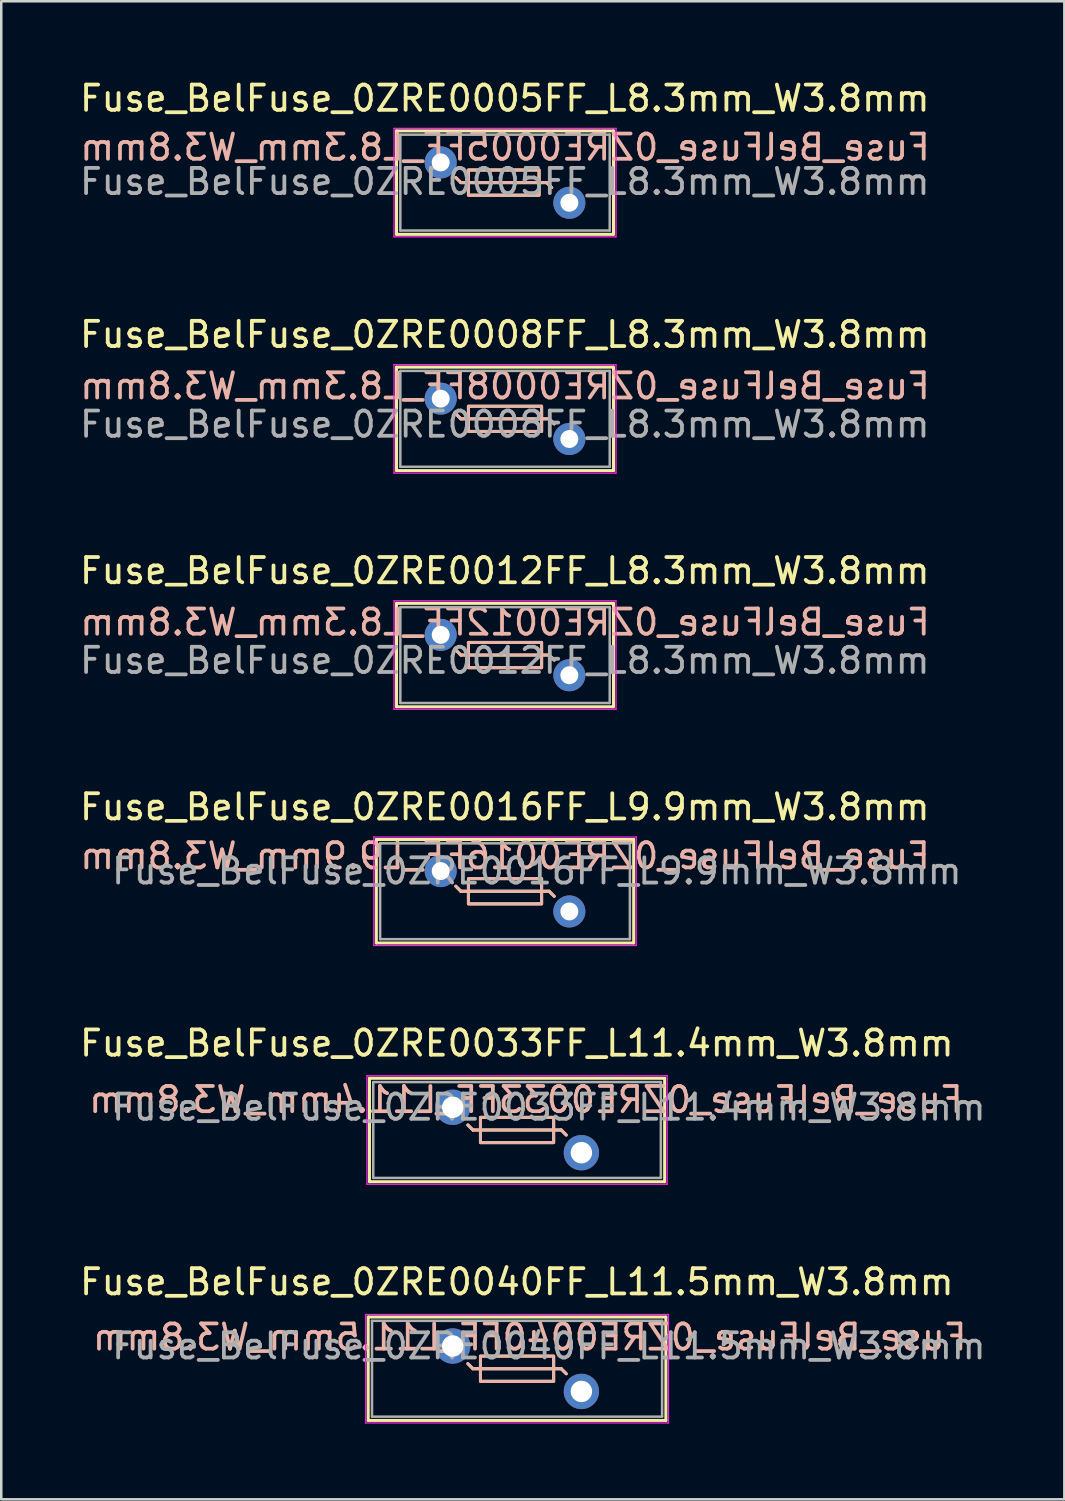
<source format=kicad_pcb>
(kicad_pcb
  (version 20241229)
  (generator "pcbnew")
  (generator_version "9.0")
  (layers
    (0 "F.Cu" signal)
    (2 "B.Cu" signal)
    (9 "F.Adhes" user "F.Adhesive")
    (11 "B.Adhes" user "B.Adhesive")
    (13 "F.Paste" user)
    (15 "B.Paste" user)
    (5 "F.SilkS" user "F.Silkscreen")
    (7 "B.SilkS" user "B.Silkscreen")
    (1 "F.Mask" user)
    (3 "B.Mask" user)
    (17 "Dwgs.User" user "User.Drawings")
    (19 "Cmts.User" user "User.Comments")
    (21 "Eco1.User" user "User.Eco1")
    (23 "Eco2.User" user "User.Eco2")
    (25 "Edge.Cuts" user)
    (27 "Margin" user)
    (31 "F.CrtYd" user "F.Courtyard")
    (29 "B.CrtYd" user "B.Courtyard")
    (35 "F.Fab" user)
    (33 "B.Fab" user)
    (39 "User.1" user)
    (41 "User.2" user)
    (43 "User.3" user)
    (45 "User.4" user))
  (footprint "Fuse_BelFuse_0ZRE0005FF_L8.3mm_W3.8mm"
    (layer "F.Cu")
    (at 14.418 3.388)
    (property "Reference" "Fuse_BelFuse_0ZRE0005FF_L8.3mm_W3.8mm" (at 2.54 -2.54 0) (layer "F.SilkS") (effects (font (size 1 1) (thickness 0.15))))
    (fp_line (start -1.75 -1.25) (end -1.75 2.85) (stroke (width 0.12) (type solid)) (layer "F.SilkS"))
    (fp_line (start -1.75 -1.25) (end 6.85 -1.25) (stroke (width 0.12) (type solid)) (layer "F.SilkS"))
    (fp_line (start -1.75 2.85) (end 6.85 2.85) (stroke (width 0.12) (type solid)) (layer "F.SilkS"))
    (fp_line (start 0.8 0.8) (end 0.6 0.6) (stroke (width 0.12) (type solid)) (layer "F.SilkS"))
    (fp_line (start 0.8 0.8) (end 4.2 0.8) (stroke (width 0.12) (type solid)) (layer "F.SilkS"))
    (fp_line (start 4.2 0.8) (end 4.4 1) (stroke (width 0.12) (type solid)) (layer "F.SilkS"))
    (fp_line (start 6.85 -1.25) (end 6.85 2.85) (stroke (width 0.12) (type solid)) (layer "F.SilkS"))
    (fp_rect (start 1.1 0.3) (end 3.9 1.3) (stroke (width 0.12) (type solid)) (fill no) (layer "F.SilkS"))
    (fp_line (start 0.6 0.6) (end 0.8 0.8) (stroke (width 0.12) (type solid)) (layer "B.SilkS"))
    (fp_line (start 0.8 0.8) (end 4.2 0.8) (stroke (width 0.12) (type solid)) (layer "B.SilkS"))
    (fp_line (start 4.2 0.8) (end 4.4 1) (stroke (width 0.12) (type solid)) (layer "B.SilkS"))
    (fp_rect (start 1.1 0.3) (end 3.9 1.3) (stroke (width 0.12) (type solid)) (fill no) (layer "B.SilkS"))
    (fp_line (start -1.85 -1.35) (end -1.85 2.95) (stroke (width 0.05) (type solid)) (layer "F.CrtYd"))
    (fp_line (start -1.85 -1.35) (end 6.95 -1.35) (stroke (width 0.05) (type solid)) (layer "F.CrtYd"))
    (fp_line (start -1.85 2.95) (end 6.95 2.95) (stroke (width 0.05) (type solid)) (layer "F.CrtYd"))
    (fp_line (start 6.95 -1.35) (end 6.95 2.95) (stroke (width 0.05) (type solid)) (layer "F.CrtYd"))
    (fp_line (start -1.6 -1.1) (end -1.6 2.7) (stroke (width 0.1) (type solid)) (layer "F.Fab"))
    (fp_line (start -1.6 -1.1) (end 6.7 -1.1) (stroke (width 0.1) (type solid)) (layer "F.Fab"))
    (fp_line (start -1.6 2.7) (end 6.7 2.7) (stroke (width 0.1) (type solid)) (layer "F.Fab"))
    (fp_line (start 6.7 -1.1) (end 6.7 2.7) (stroke (width 0.1) (type solid)) (layer "F.Fab"))
    (fp_text user "${REFERENCE}" (at 2.55 -0.6 0) (layer "B.SilkS") (effects (font (size 1 1) (thickness 0.15)) (justify mirror)))
    (fp_text user "${REFERENCE}" (at 2.54 0.762 0) (layer "F.Fab") (effects (font (size 1 1) (thickness 0.15))))
    (pad "1" thru_hole circle (at 0 0) (size 1.27 1.27) (drill 0.71) (layers "*.Cu" "*.Mask"))
    (pad "2" thru_hole circle (at 5.1 1.6) (size 1.27 1.27) (drill 0.71) (layers "*.Cu" "*.Mask")))
  (footprint "Fuse_BelFuse_0ZRE0040FF_L11.5mm_W3.8mm"
    (layer "F.Cu")
    (at 14.895 50.304)
    (property "Reference" "Fuse_BelFuse_0ZRE0040FF_L11.5mm_W3.8mm" (at 2.54 -2.54 0) (layer "F.SilkS") (effects (font (size 1 1) (thickness 0.15))))
    (fp_line (start -3.35 -1.15) (end -3.35 2.95) (stroke (width 0.12) (type solid)) (layer "F.SilkS"))
    (fp_line (start -3.35 -1.15) (end 8.45 -1.15) (stroke (width 0.12) (type solid)) (layer "F.SilkS"))
    (fp_line (start -3.35 2.95) (end 8.45 2.95) (stroke (width 0.12) (type solid)) (layer "F.SilkS"))
    (fp_line (start 0.8 0.9) (end 0.6 0.7) (stroke (width 0.12) (type solid)) (layer "F.SilkS"))
    (fp_line (start 0.8 0.9) (end 4.3 0.9) (stroke (width 0.12) (type solid)) (layer "F.SilkS"))
    (fp_line (start 4.3 0.9) (end 4.5 1.1) (stroke (width 0.12) (type solid)) (layer "F.SilkS"))
    (fp_line (start 8.45 -1.15) (end 8.45 2.95) (stroke (width 0.12) (type solid)) (layer "F.SilkS"))
    (fp_rect (start 1.1 0.4) (end 4 1.4) (stroke (width 0.12) (type solid)) (fill no) (layer "F.SilkS"))
    (fp_line (start 0.6 0.7) (end 0.8 0.9) (stroke (width 0.12) (type solid)) (layer "B.SilkS"))
    (fp_line (start 0.8 0.9) (end 4.3 0.9) (stroke (width 0.12) (type solid)) (layer "B.SilkS"))
    (fp_line (start 4.3 0.9) (end 4.5 1.1) (stroke (width 0.12) (type solid)) (layer "B.SilkS"))
    (fp_rect (start 1.1 0.4) (end 4 1.4) (stroke (width 0.12) (type solid)) (fill no) (layer "B.SilkS"))
    (fp_line (start -3.45 -1.25) (end -3.45 3.05) (stroke (width 0.05) (type solid)) (layer "F.CrtYd"))
    (fp_line (start -3.45 -1.25) (end 8.55 -1.25) (stroke (width 0.05) (type solid)) (layer "F.CrtYd"))
    (fp_line (start -3.45 3.05) (end 8.55 3.05) (stroke (width 0.05) (type solid)) (layer "F.CrtYd"))
    (fp_line (start 8.55 -1.25) (end 8.55 3.05) (stroke (width 0.05) (type solid)) (layer "F.CrtYd"))
    (fp_line (start -3.2 -1) (end -3.2 2.8) (stroke (width 0.1) (type solid)) (layer "F.Fab"))
    (fp_line (start -3.2 -1) (end 8.3 -1) (stroke (width 0.1) (type solid)) (layer "F.Fab"))
    (fp_line (start -3.2 2.8) (end 8.3 2.8) (stroke (width 0.1) (type solid)) (layer "F.Fab"))
    (fp_line (start 8.3 -1) (end 8.3 2.8) (stroke (width 0.1) (type solid)) (layer "F.Fab"))
    (fp_text user "${REFERENCE}" (at 3.05 -0.35 0) (layer "B.SilkS") (effects (font (size 1 1) (thickness 0.15)) (justify mirror)))
    (fp_text user "${REFERENCE}" (at 3.81 0 0) (layer "F.Fab") (effects (font (size 1 1) (thickness 0.15))))
    (pad "1" thru_hole circle (at 0 0) (size 1.4 1.4) (drill 0.85) (layers "*.Cu" "*.Mask"))
    (pad "2" thru_hole circle (at 5.1 1.8) (size 1.4 1.4) (drill 0.85) (layers "*.Cu" "*.Mask")))
  (footprint "Fuse_BelFuse_0ZRE0033FF_L11.4mm_W3.8mm"
    (layer "F.Cu")
    (at 14.895 40.841)
    (property "Reference" "Fuse_BelFuse_0ZRE0033FF_L11.4mm_W3.8mm" (at 2.54 -2.54 0) (layer "F.SilkS") (effects (font (size 1 1) (thickness 0.15))))
    (fp_line (start -3.3 -1.15) (end -3.3 2.95) (stroke (width 0.12) (type solid)) (layer "F.SilkS"))
    (fp_line (start -3.3 -1.15) (end 8.4 -1.15) (stroke (width 0.12) (type solid)) (layer "F.SilkS"))
    (fp_line (start -3.3 2.95) (end 8.4 2.95) (stroke (width 0.12) (type solid)) (layer "F.SilkS"))
    (fp_line (start 0.8 0.9) (end 0.6 0.7) (stroke (width 0.12) (type solid)) (layer "F.SilkS"))
    (fp_line (start 0.8 0.9) (end 4.3 0.9) (stroke (width 0.12) (type solid)) (layer "F.SilkS"))
    (fp_line (start 4.3 0.9) (end 4.5 1.1) (stroke (width 0.12) (type solid)) (layer "F.SilkS"))
    (fp_line (start 8.4 -1.15) (end 8.4 2.95) (stroke (width 0.12) (type solid)) (layer "F.SilkS"))
    (fp_rect (start 1.1 0.4) (end 4 1.4) (stroke (width 0.12) (type solid)) (fill no) (layer "F.SilkS"))
    (fp_line (start 0.6 0.7) (end 0.8 0.9) (stroke (width 0.12) (type solid)) (layer "B.SilkS"))
    (fp_line (start 0.8 0.9) (end 4.3 0.9) (stroke (width 0.12) (type solid)) (layer "B.SilkS"))
    (fp_line (start 4.3 0.9) (end 4.5 1.1) (stroke (width 0.12) (type solid)) (layer "B.SilkS"))
    (fp_rect (start 1.1 0.4) (end 4 1.4) (stroke (width 0.12) (type solid)) (fill no) (layer "B.SilkS"))
    (fp_line (start -3.4 -1.25) (end -3.4 3.05) (stroke (width 0.05) (type solid)) (layer "F.CrtYd"))
    (fp_line (start -3.4 -1.25) (end 8.5 -1.25) (stroke (width 0.05) (type solid)) (layer "F.CrtYd"))
    (fp_line (start -3.4 3.05) (end 8.5 3.05) (stroke (width 0.05) (type solid)) (layer "F.CrtYd"))
    (fp_line (start 8.5 -1.25) (end 8.5 3.05) (stroke (width 0.05) (type solid)) (layer "F.CrtYd"))
    (fp_line (start -3.15 -1) (end -3.15 2.8) (stroke (width 0.1) (type solid)) (layer "F.Fab"))
    (fp_line (start -3.15 -1) (end 8.25 -1) (stroke (width 0.1) (type solid)) (layer "F.Fab"))
    (fp_line (start -3.15 2.8) (end 8.25 2.8) (stroke (width 0.1) (type solid)) (layer "F.Fab"))
    (fp_line (start 8.25 -1) (end 8.25 2.8) (stroke (width 0.1) (type solid)) (layer "F.Fab"))
    (fp_text user "${REFERENCE}" (at 2.9 -0.3 0) (layer "B.SilkS") (effects (font (size 1 1) (thickness 0.15)) (justify mirror)))
    (fp_text user "${REFERENCE}" (at 3.81 0 0) (layer "F.Fab") (effects (font (size 1 1) (thickness 0.15))))
    (pad "1" thru_hole circle (at 0 0) (size 1.4 1.4) (drill 0.85) (layers "*.Cu" "*.Mask"))
    (pad "2" thru_hole circle (at 5.1 1.8) (size 1.4 1.4) (drill 0.85) (layers "*.Cu" "*.Mask")))
  (footprint "Fuse_BelFuse_0ZRE0012FF_L8.3mm_W3.8mm"
    (layer "F.Cu")
    (at 14.418 22.115)
    (property "Reference" "Fuse_BelFuse_0ZRE0012FF_L8.3mm_W3.8mm" (at 2.54 -2.54 0) (layer "F.SilkS") (effects (font (size 1 1) (thickness 0.15))))
    (fp_line (start -1.75 -1.25) (end -1.75 2.85) (stroke (width 0.12) (type solid)) (layer "F.SilkS"))
    (fp_line (start -1.75 -1.25) (end 6.85 -1.25) (stroke (width 0.12) (type solid)) (layer "F.SilkS"))
    (fp_line (start -1.75 2.85) (end 6.85 2.85) (stroke (width 0.12) (type solid)) (layer "F.SilkS"))
    (fp_line (start 0.8 0.8) (end 0.6 0.6) (stroke (width 0.12) (type solid)) (layer "F.SilkS"))
    (fp_line (start 0.8 0.8) (end 4.3 0.8) (stroke (width 0.12) (type solid)) (layer "F.SilkS"))
    (fp_line (start 4.3 0.8) (end 4.5 1) (stroke (width 0.12) (type solid)) (layer "F.SilkS"))
    (fp_line (start 6.85 -1.25) (end 6.85 2.85) (stroke (width 0.12) (type solid)) (layer "F.SilkS"))
    (fp_rect (start 1.1 0.3) (end 4 1.3) (stroke (width 0.12) (type solid)) (fill no) (layer "F.SilkS"))
    (fp_line (start 0.6 0.6) (end 0.8 0.8) (stroke (width 0.12) (type solid)) (layer "B.SilkS"))
    (fp_line (start 0.8 0.8) (end 4.3 0.8) (stroke (width 0.12) (type solid)) (layer "B.SilkS"))
    (fp_line (start 4.3 0.8) (end 4.5 1) (stroke (width 0.12) (type solid)) (layer "B.SilkS"))
    (fp_rect (start 1.1 0.3) (end 4 1.3) (stroke (width 0.12) (type solid)) (fill no) (layer "B.SilkS"))
    (fp_line (start -1.85 -1.35) (end -1.85 2.95) (stroke (width 0.05) (type solid)) (layer "F.CrtYd"))
    (fp_line (start -1.85 -1.35) (end 6.95 -1.35) (stroke (width 0.05) (type solid)) (layer "F.CrtYd"))
    (fp_line (start -1.85 2.95) (end 6.95 2.95) (stroke (width 0.05) (type solid)) (layer "F.CrtYd"))
    (fp_line (start 6.95 -1.35) (end 6.95 2.95) (stroke (width 0.05) (type solid)) (layer "F.CrtYd"))
    (fp_line (start -1.6 -1.1) (end -1.6 2.7) (stroke (width 0.1) (type solid)) (layer "F.Fab"))
    (fp_line (start -1.6 -1.1) (end 6.7 -1.1) (stroke (width 0.1) (type solid)) (layer "F.Fab"))
    (fp_line (start -1.6 2.7) (end 6.7 2.7) (stroke (width 0.1) (type solid)) (layer "F.Fab"))
    (fp_line (start 6.7 -1.1) (end 6.7 2.7) (stroke (width 0.1) (type solid)) (layer "F.Fab"))
    (fp_text user "${REFERENCE}" (at 2.55 -0.5 0) (layer "B.SilkS") (effects (font (size 1 1) (thickness 0.15)) (justify mirror)))
    (fp_text user "${REFERENCE}" (at 2.54 1.016 0) (layer "F.Fab") (effects (font (size 1 1) (thickness 0.15))))
    (pad "1" thru_hole circle (at 0 0) (size 1.27 1.27) (drill 0.71) (layers "*.Cu" "*.Mask"))
    (pad "2" thru_hole circle (at 5.1 1.6) (size 1.27 1.27) (drill 0.71) (layers "*.Cu" "*.Mask")))
  (footprint "Fuse_BelFuse_0ZRE0016FF_L9.9mm_W3.8mm"
    (layer "F.Cu")
    (at 14.418 31.478)
    (property "Reference" "Fuse_BelFuse_0ZRE0016FF_L9.9mm_W3.8mm" (at 2.54 -2.54 0) (layer "F.SilkS") (effects (font (size 1 1) (thickness 0.15))))
    (fp_line (start -2.55 -1.25) (end -2.55 2.85) (stroke (width 0.12) (type solid)) (layer "F.SilkS"))
    (fp_line (start -2.55 -1.25) (end 7.65 -1.25) (stroke (width 0.12) (type solid)) (layer "F.SilkS"))
    (fp_line (start -2.55 2.85) (end 7.65 2.85) (stroke (width 0.12) (type solid)) (layer "F.SilkS"))
    (fp_line (start 0.8 0.8) (end 0.6 0.6) (stroke (width 0.12) (type solid)) (layer "F.SilkS"))
    (fp_line (start 0.8 0.8) (end 4.3 0.8) (stroke (width 0.12) (type solid)) (layer "F.SilkS"))
    (fp_line (start 4.3 0.8) (end 4.5 1) (stroke (width 0.12) (type solid)) (layer "F.SilkS"))
    (fp_line (start 7.65 -1.25) (end 7.65 2.85) (stroke (width 0.12) (type solid)) (layer "F.SilkS"))
    (fp_rect (start 1.1 0.3) (end 4 1.3) (stroke (width 0.12) (type solid)) (fill no) (layer "F.SilkS"))
    (fp_line (start 0.6 0.6) (end 0.8 0.8) (stroke (width 0.12) (type solid)) (layer "B.SilkS"))
    (fp_line (start 0.8 0.8) (end 4.3 0.8) (stroke (width 0.12) (type solid)) (layer "B.SilkS"))
    (fp_line (start 4.3 0.8) (end 4.5 1) (stroke (width 0.12) (type solid)) (layer "B.SilkS"))
    (fp_rect (start 1.1 0.3) (end 4 1.3) (stroke (width 0.12) (type solid)) (fill no) (layer "B.SilkS"))
    (fp_line (start -2.65 -1.35) (end -2.65 2.95) (stroke (width 0.05) (type solid)) (layer "F.CrtYd"))
    (fp_line (start -2.65 -1.35) (end 7.75 -1.35) (stroke (width 0.05) (type solid)) (layer "F.CrtYd"))
    (fp_line (start -2.65 2.95) (end 7.75 2.95) (stroke (width 0.05) (type solid)) (layer "F.CrtYd"))
    (fp_line (start 7.75 -1.35) (end 7.75 2.95) (stroke (width 0.05) (type solid)) (layer "F.CrtYd"))
    (fp_line (start -2.4 -1.1) (end -2.4 2.7) (stroke (width 0.1) (type solid)) (layer "F.Fab"))
    (fp_line (start -2.4 -1.1) (end 7.5 -1.1) (stroke (width 0.1) (type solid)) (layer "F.Fab"))
    (fp_line (start -2.4 2.7) (end 7.5 2.7) (stroke (width 0.1) (type solid)) (layer "F.Fab"))
    (fp_line (start 7.5 -1.1) (end 7.5 2.7) (stroke (width 0.1) (type solid)) (layer "F.Fab"))
    (fp_text user "${REFERENCE}" (at 2.55 -0.6 0) (layer "B.SilkS") (effects (font (size 1 1) (thickness 0.15)) (justify mirror)))
    (fp_text user "${REFERENCE}" (at 3.81 0 0) (layer "F.Fab") (effects (font (size 1 1) (thickness 0.15))))
    (pad "1" thru_hole circle (at 0 0) (size 1.27 1.27) (drill 0.71) (layers "*.Cu" "*.Mask"))
    (pad "2" thru_hole circle (at 5.1 1.6) (size 1.27 1.27) (drill 0.71) (layers "*.Cu" "*.Mask")))
  (footprint "Fuse_BelFuse_0ZRE0008FF_L8.3mm_W3.8mm"
    (layer "F.Cu")
    (at 14.418 12.752)
    (property "Reference" "Fuse_BelFuse_0ZRE0008FF_L8.3mm_W3.8mm" (at 2.54 -2.54 0) (layer "F.SilkS") (effects (font (size 1 1) (thickness 0.15))))
    (fp_line (start -1.75 -1.25) (end -1.75 2.85) (stroke (width 0.12) (type solid)) (layer "F.SilkS"))
    (fp_line (start -1.75 -1.25) (end 6.85 -1.25) (stroke (width 0.12) (type solid)) (layer "F.SilkS"))
    (fp_line (start -1.75 2.85) (end 6.85 2.85) (stroke (width 0.12) (type solid)) (layer "F.SilkS"))
    (fp_line (start 0.8 0.8) (end 0.6 0.6) (stroke (width 0.12) (type solid)) (layer "F.SilkS"))
    (fp_line (start 0.8 0.8) (end 4.3 0.8) (stroke (width 0.12) (type solid)) (layer "F.SilkS"))
    (fp_line (start 4.3 0.8) (end 4.5 1) (stroke (width 0.12) (type solid)) (layer "F.SilkS"))
    (fp_line (start 6.85 -1.25) (end 6.85 2.85) (stroke (width 0.12) (type solid)) (layer "F.SilkS"))
    (fp_rect (start 1.1 0.3) (end 4 1.3) (stroke (width 0.12) (type solid)) (fill no) (layer "F.SilkS"))
    (fp_line (start 0.6 0.6) (end 0.8 0.8) (stroke (width 0.12) (type solid)) (layer "B.SilkS"))
    (fp_line (start 0.8 0.8) (end 4.3 0.8) (stroke (width 0.12) (type solid)) (layer "B.SilkS"))
    (fp_line (start 4.3 0.8) (end 4.5 1) (stroke (width 0.12) (type solid)) (layer "B.SilkS"))
    (fp_rect (start 1.1 0.3) (end 4 1.3) (stroke (width 0.12) (type solid)) (fill no) (layer "B.SilkS"))
    (fp_line (start -1.85 -1.35) (end -1.85 2.95) (stroke (width 0.05) (type solid)) (layer "F.CrtYd"))
    (fp_line (start -1.85 -1.35) (end 6.95 -1.35) (stroke (width 0.05) (type solid)) (layer "F.CrtYd"))
    (fp_line (start -1.85 2.95) (end 6.95 2.95) (stroke (width 0.05) (type solid)) (layer "F.CrtYd"))
    (fp_line (start 6.95 -1.35) (end 6.95 2.95) (stroke (width 0.05) (type solid)) (layer "F.CrtYd"))
    (fp_line (start -1.6 -1.1) (end -1.6 2.7) (stroke (width 0.1) (type solid)) (layer "F.Fab"))
    (fp_line (start -1.6 -1.1) (end 6.7 -1.1) (stroke (width 0.1) (type solid)) (layer "F.Fab"))
    (fp_line (start -1.6 2.7) (end 6.7 2.7) (stroke (width 0.1) (type solid)) (layer "F.Fab"))
    (fp_line (start 6.7 -1.1) (end 6.7 2.7) (stroke (width 0.1) (type solid)) (layer "F.Fab"))
    (fp_text user "${REFERENCE}" (at 2.55 -0.5 0) (layer "B.SilkS") (effects (font (size 1 1) (thickness 0.15)) (justify mirror)))
    (fp_text user "${REFERENCE}" (at 2.54 1.016 0) (layer "F.Fab") (effects (font (size 1 1) (thickness 0.15))))
    (pad "1" thru_hole circle (at 0 0) (size 1.27 1.27) (drill 0.71) (layers "*.Cu" "*.Mask"))
    (pad "2" thru_hole circle (at 5.1 1.6) (size 1.27 1.27) (drill 0.71) (layers "*.Cu" "*.Mask")))
  (gr_rect
    (start -3 -3)
    (end 39.139 56.38)
    (stroke (width 0.1) (type default))
    (fill no)
    (layer "Edge.Cuts")))
</source>
